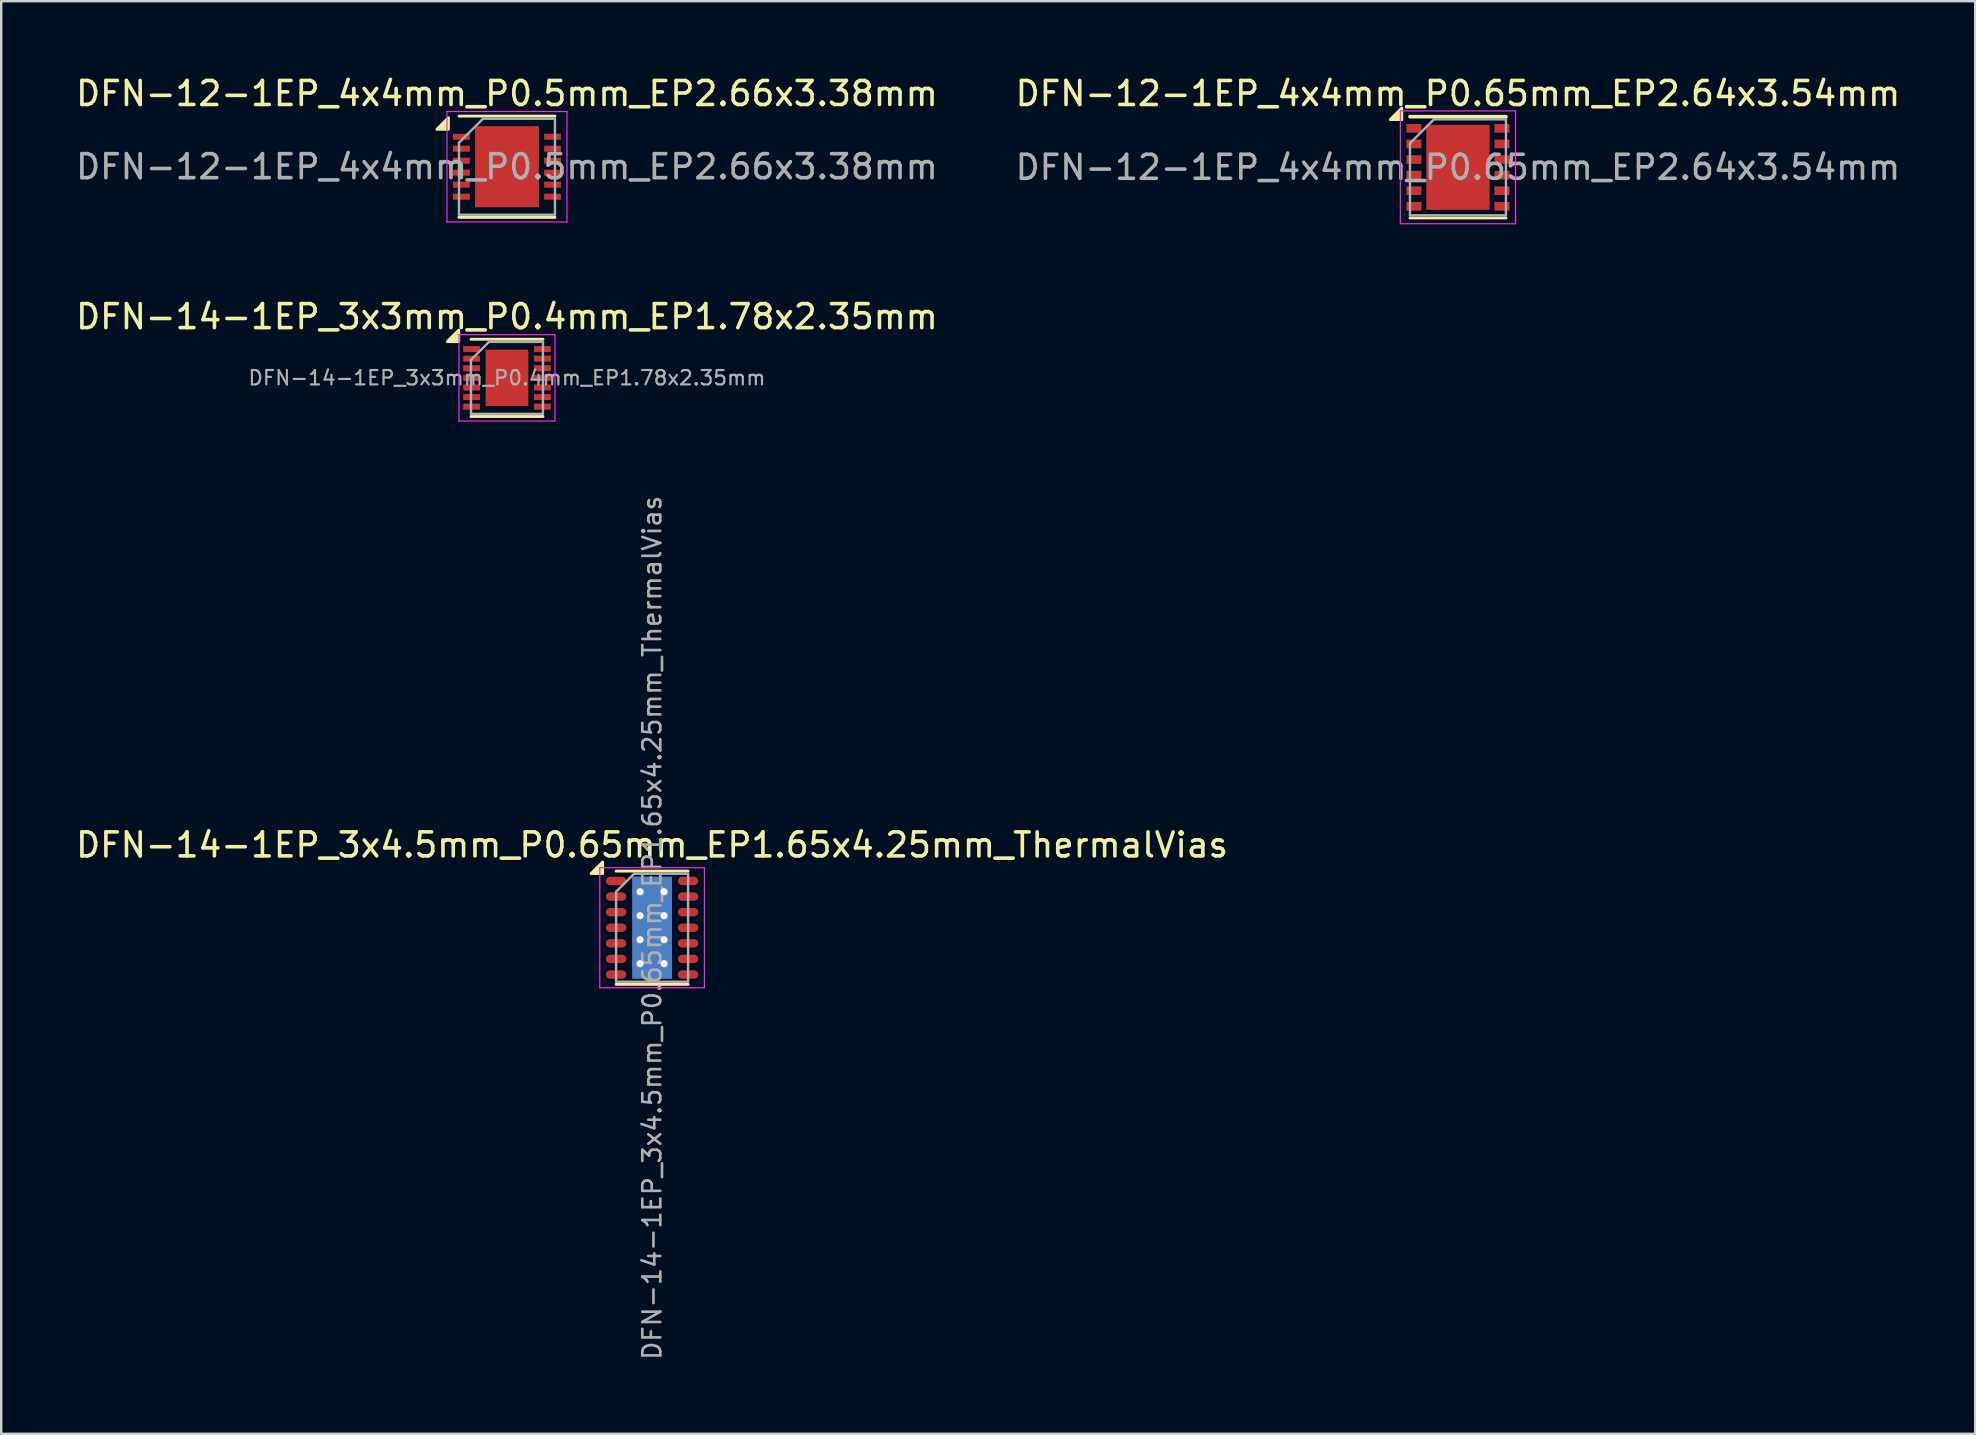
<source format=kicad_pcb>
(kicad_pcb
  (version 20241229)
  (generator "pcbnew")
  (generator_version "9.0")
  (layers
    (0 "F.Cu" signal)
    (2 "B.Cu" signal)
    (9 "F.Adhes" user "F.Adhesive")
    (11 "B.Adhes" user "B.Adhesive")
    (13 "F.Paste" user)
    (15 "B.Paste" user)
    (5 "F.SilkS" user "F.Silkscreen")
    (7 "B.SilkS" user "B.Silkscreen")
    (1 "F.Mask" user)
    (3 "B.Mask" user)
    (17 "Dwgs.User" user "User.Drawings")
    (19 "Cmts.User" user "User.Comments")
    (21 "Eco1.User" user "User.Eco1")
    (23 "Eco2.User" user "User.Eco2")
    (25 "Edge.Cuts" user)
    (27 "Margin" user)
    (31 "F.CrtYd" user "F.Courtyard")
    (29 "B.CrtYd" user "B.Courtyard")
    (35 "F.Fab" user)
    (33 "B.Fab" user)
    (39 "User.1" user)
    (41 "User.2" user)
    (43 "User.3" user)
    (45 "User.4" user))
  (footprint "DFN-14-1EP_3x3mm_P0.4mm_EP1.78x2.35mm"
    (layer "F.Cu")
    (at 18.077 12.697)
    (property "Reference" "DFN-14-1EP_3x3mm_P0.4mm_EP1.78x2.35mm" (at 0 -2.55 0) (layer "F.SilkS") (effects (font (size 1 1) (thickness 0.15))))
    (attr smd)
    (fp_line (start -1.5 -1.61) (end 1.5 -1.61) (stroke (width 0.12) (type solid)) (layer "F.SilkS"))
    (fp_line (start -1.5 1.61) (end 1.5 1.61) (stroke (width 0.12) (type solid)) (layer "F.SilkS"))
    (fp_poly (pts (xy -2.01 -1.51) (xy -2.49 -1.51) (xy -2.01 -1.99) (xy -2.01 -1.51)) (stroke (width 0.12) (type solid)) (fill yes) (layer "F.SilkS"))
    (fp_line (start -2 -1.8) (end -2 1.8) (stroke (width 0.05) (type solid)) (layer "F.CrtYd"))
    (fp_line (start -2 -1.8) (end 2 -1.8) (stroke (width 0.05) (type solid)) (layer "F.CrtYd"))
    (fp_line (start -2 1.8) (end 2 1.8) (stroke (width 0.05) (type solid)) (layer "F.CrtYd"))
    (fp_line (start 2 -1.8) (end 2 1.8) (stroke (width 0.05) (type solid)) (layer "F.CrtYd"))
    (fp_line (start -1.5 -0.75) (end -0.75 -1.5) (stroke (width 0.1) (type solid)) (layer "F.Fab"))
    (fp_line (start -1.5 1.5) (end -1.5 -0.75) (stroke (width 0.1) (type solid)) (layer "F.Fab"))
    (fp_line (start -0.75 -1.5) (end 1.5 -1.5) (stroke (width 0.1) (type solid)) (layer "F.Fab"))
    (fp_line (start 1.5 -1.5) (end 1.5 1.5) (stroke (width 0.1) (type solid)) (layer "F.Fab"))
    (fp_line (start 1.5 1.5) (end -1.5 1.5) (stroke (width 0.1) (type solid)) (layer "F.Fab"))
    (fp_text user "${REFERENCE}" (at 0 0 0) (layer "F.Fab") (effects (font (size 0.6 0.6) (thickness 0.09))))
    (pad "" smd rect (at -0.445 -0.588) (size 0.7 0.97) (layers "F.Paste"))
    (pad "" smd rect (at -0.445 0.588) (size 0.7 0.97) (layers "F.Paste"))
    (pad "" smd rect (at 0.45 -0.588) (size 0.7 0.97) (layers "F.Paste"))
    (pad "" smd rect (at 0.45 0.588) (size 0.7 0.97) (layers "F.Paste"))
    (pad "1" smd rect (at -1.475 -1.2) (size 0.7 0.25) (layers "F.Cu" "F.Mask" "F.Paste"))
    (pad "2" smd rect (at -1.475 -0.8) (size 0.7 0.25) (layers "F.Cu" "F.Mask" "F.Paste"))
    (pad "3" smd rect (at -1.475 -0.4) (size 0.7 0.25) (layers "F.Cu" "F.Mask" "F.Paste"))
    (pad "4" smd rect (at -1.475 0) (size 0.7 0.25) (layers "F.Cu" "F.Mask" "F.Paste"))
    (pad "5" smd rect (at -1.475 0.4) (size 0.7 0.25) (layers "F.Cu" "F.Mask" "F.Paste"))
    (pad "6" smd rect (at -1.475 0.8) (size 0.7 0.25) (layers "F.Cu" "F.Mask" "F.Paste"))
    (pad "7" smd rect (at -1.475 1.2) (size 0.7 0.25) (layers "F.Cu" "F.Mask" "F.Paste"))
    (pad "8" smd rect (at 1.475 1.2) (size 0.7 0.25) (layers "F.Cu" "F.Mask" "F.Paste"))
    (pad "9" smd rect (at 1.475 0.8) (size 0.7 0.25) (layers "F.Cu" "F.Mask" "F.Paste"))
    (pad "10" smd rect (at 1.475 0.4) (size 0.7 0.25) (layers "F.Cu" "F.Mask" "F.Paste"))
    (pad "11" smd rect (at 1.475 0) (size 0.7 0.25) (layers "F.Cu" "F.Mask" "F.Paste"))
    (pad "12" smd rect (at 1.475 -0.4) (size 0.7 0.25) (layers "F.Cu" "F.Mask" "F.Paste"))
    (pad "13" smd rect (at 1.475 -0.8) (size 0.7 0.25) (layers "F.Cu" "F.Mask" "F.Paste"))
    (pad "14" smd rect (at 1.475 -1.2) (size 0.7 0.25) (layers "F.Cu" "F.Mask" "F.Paste"))
    (pad "15" smd rect (at 0 0) (size 1.78 2.35) (layers "F.Cu" "F.Mask")))
  (footprint "DFN-12-1EP_4x4mm_P0.5mm_EP2.66x3.38mm"
    (layer "F.Cu")
    (at 18.077 3.898)
    (property "Reference" "DFN-12-1EP_4x4mm_P0.5mm_EP2.66x3.38mm" (at 0 -3.05 0) (layer "F.SilkS") (effects (font (size 1 1) (thickness 0.15))))
    (attr smd)
    (fp_line (start -2 -2.11) (end 2 -2.11) (stroke (width 0.12) (type solid)) (layer "F.SilkS"))
    (fp_line (start -2 2.11) (end 2 2.11) (stroke (width 0.12) (type solid)) (layer "F.SilkS"))
    (fp_poly (pts (xy -2.44 -1.56) (xy -2.92 -1.56) (xy -2.44 -2.04) (xy -2.44 -1.56)) (stroke (width 0.12) (type solid)) (fill yes) (layer "F.SilkS"))
    (fp_line (start -2.5 -2.3) (end -2.5 2.3) (stroke (width 0.05) (type solid)) (layer "F.CrtYd"))
    (fp_line (start -2.5 -2.3) (end 2.5 -2.3) (stroke (width 0.05) (type solid)) (layer "F.CrtYd"))
    (fp_line (start -2.5 2.3) (end 2.5 2.3) (stroke (width 0.05) (type solid)) (layer "F.CrtYd"))
    (fp_line (start 2.5 -2.3) (end 2.5 2.3) (stroke (width 0.05) (type solid)) (layer "F.CrtYd"))
    (fp_line (start -2 -1) (end -1 -2) (stroke (width 0.1) (type solid)) (layer "F.Fab"))
    (fp_line (start -2 2) (end -2 -1) (stroke (width 0.1) (type solid)) (layer "F.Fab"))
    (fp_line (start -1 -2) (end 2 -2) (stroke (width 0.1) (type solid)) (layer "F.Fab"))
    (fp_line (start 2 -2) (end 2 2) (stroke (width 0.1) (type solid)) (layer "F.Fab"))
    (fp_line (start 2 2) (end -2 2) (stroke (width 0.1) (type solid)) (layer "F.Fab"))
    (fp_text user "${REFERENCE}" (at 0 0 0) (layer "F.Fab") (effects (font (size 1 1) (thickness 0.15))))
    (pad "" smd rect (at -0.665 -1.268) (size 1.15 0.63) (layers "F.Paste"))
    (pad "" smd rect (at -0.665 -0.422) (size 1.15 0.63) (layers "F.Paste"))
    (pad "" smd rect (at -0.665 0.422) (size 1.15 0.63) (layers "F.Paste"))
    (pad "" smd rect (at -0.665 1.268) (size 1.15 0.63) (layers "F.Paste"))
    (pad "" smd rect (at 0.665 -1.268) (size 1.15 0.63) (layers "F.Paste"))
    (pad "" smd rect (at 0.665 -0.422) (size 1.15 0.63) (layers "F.Paste"))
    (pad "" smd rect (at 0.665 0.422) (size 1.15 0.63) (layers "F.Paste"))
    (pad "" smd rect (at 0.665 1.268) (size 1.15 0.63) (layers "F.Paste"))
    (pad "1" smd rect (at -1.9 -1.25) (size 0.7 0.25) (layers "F.Cu" "F.Mask" "F.Paste"))
    (pad "2" smd rect (at -1.9 -0.75) (size 0.7 0.25) (layers "F.Cu" "F.Mask" "F.Paste"))
    (pad "3" smd rect (at -1.9 -0.25) (size 0.7 0.25) (layers "F.Cu" "F.Mask" "F.Paste"))
    (pad "4" smd rect (at -1.9 0.25) (size 0.7 0.25) (layers "F.Cu" "F.Mask" "F.Paste"))
    (pad "5" smd rect (at -1.9 0.75) (size 0.7 0.25) (layers "F.Cu" "F.Mask" "F.Paste"))
    (pad "6" smd rect (at -1.9 1.25) (size 0.7 0.25) (layers "F.Cu" "F.Mask" "F.Paste"))
    (pad "7" smd rect (at 1.9 1.25) (size 0.7 0.25) (layers "F.Cu" "F.Mask" "F.Paste"))
    (pad "8" smd rect (at 1.9 0.75) (size 0.7 0.25) (layers "F.Cu" "F.Mask" "F.Paste"))
    (pad "9" smd rect (at 1.9 0.25) (size 0.7 0.25) (layers "F.Cu" "F.Mask" "F.Paste"))
    (pad "10" smd rect (at 1.9 -0.25) (size 0.7 0.25) (layers "F.Cu" "F.Mask" "F.Paste"))
    (pad "11" smd rect (at 1.9 -0.75) (size 0.7 0.25) (layers "F.Cu" "F.Mask" "F.Paste"))
    (pad "12" smd rect (at 1.9 -1.25) (size 0.7 0.25) (layers "F.Cu" "F.Mask" "F.Paste"))
    (pad "13" smd rect (at 0 0) (size 2.66 3.38) (layers "F.Cu" "F.Mask")))
  (footprint "DFN-14-1EP_3x4.5mm_P0.65mm_EP1.65x4.25mm_ThermalVias"
    (layer "F.Cu")
    (at 24.125 35.612)
    (property "Reference" "DFN-14-1EP_3x4.5mm_P0.65mm_EP1.65x4.25mm_ThermalVias" (at 0 -3.45 0) (layer "F.SilkS") (effects (font (size 1 1) (thickness 0.15))))
    (attr smd)
    (fp_line (start -1.5 2.36) (end 1.5 2.36) (stroke (width 0.12) (type solid)) (layer "F.SilkS"))
    (fp_line (start 1.5 -2.36) (end -1.5 -2.36) (stroke (width 0.12) (type solid)) (layer "F.SilkS"))
    (fp_poly (pts (xy -2.06 -2.26) (xy -2.54 -2.26) (xy -2.06 -2.74) (xy -2.06 -2.26)) (stroke (width 0.12) (type solid)) (fill yes) (layer "F.SilkS"))
    (fp_line (start -2.18 -2.5) (end -2.18 2.5) (stroke (width 0.05) (type solid)) (layer "F.CrtYd"))
    (fp_line (start -2.18 2.5) (end 2.18 2.5) (stroke (width 0.05) (type solid)) (layer "F.CrtYd"))
    (fp_line (start 2.18 -2.5) (end -2.18 -2.5) (stroke (width 0.05) (type solid)) (layer "F.CrtYd"))
    (fp_line (start 2.18 2.5) (end 2.18 -2.5) (stroke (width 0.05) (type solid)) (layer "F.CrtYd"))
    (fp_line (start -1.5 2.25) (end -1.5 -1.5) (stroke (width 0.1) (type solid)) (layer "F.Fab"))
    (fp_line (start -1.5 2.25) (end 1.5 2.25) (stroke (width 0.1) (type solid)) (layer "F.Fab"))
    (fp_line (start -0.75 -2.25) (end -1.5 -1.5) (stroke (width 0.1) (type solid)) (layer "F.Fab"))
    (fp_line (start 1.5 -2.25) (end -0.75 -2.25) (stroke (width 0.1) (type solid)) (layer "F.Fab"))
    (fp_line (start 1.5 2.25) (end 1.5 -2.25) (stroke (width 0.1) (type solid)) (layer "F.Fab"))
    (fp_text user "${REFERENCE}" (at 0 0 90) (layer "F.Fab") (effects (font (size 0.75 0.75) (thickness 0.11))))
    (pad "" smd rect (at 0 -1.9) (size 1.5 0.3) (layers "F.Paste"))
    (pad "" smd rect (at 0 -1.5) (size 0.5 0.5) (layers "F.Paste"))
    (pad "" smd rect (at 0 -1) (size 1.5 0.5) (layers "F.Paste"))
    (pad "" smd rect (at 0 -0.5) (size 0.5 0.5) (layers "F.Paste"))
    (pad "" smd rect (at 0 0) (size 1.5 0.5) (layers "F.Paste"))
    (pad "" smd rect (at 0 0.5) (size 0.5 0.5) (layers "F.Paste"))
    (pad "" smd rect (at 0 1) (size 1.5 0.5) (layers "F.Paste"))
    (pad "" smd rect (at 0 1.5) (size 0.5 0.5) (layers "F.Paste"))
    (pad "" smd rect (at 0 1.9) (size 1.5 0.3) (layers "F.Paste"))
    (pad "1" smd oval (at -1.5 -1.95) (size 0.85 0.35) (layers "F.Cu" "F.Mask" "F.Paste"))
    (pad "2" smd oval (at -1.5 -1.3) (size 0.85 0.35) (layers "F.Cu" "F.Mask" "F.Paste"))
    (pad "3" smd oval (at -1.5 -0.65) (size 0.85 0.35) (layers "F.Cu" "F.Mask" "F.Paste"))
    (pad "4" smd oval (at -1.5 0) (size 0.85 0.35) (layers "F.Cu" "F.Mask" "F.Paste"))
    (pad "5" smd oval (at -1.5 0.65) (size 0.85 0.35) (layers "F.Cu" "F.Mask" "F.Paste"))
    (pad "6" smd oval (at -1.5 1.3) (size 0.85 0.35) (layers "F.Cu" "F.Mask" "F.Paste"))
    (pad "7" smd oval (at -1.5 1.95) (size 0.85 0.35) (layers "F.Cu" "F.Mask" "F.Paste"))
    (pad "8" smd oval (at 1.5 1.95) (size 0.85 0.35) (layers "F.Cu" "F.Mask" "F.Paste"))
    (pad "9" smd oval (at 1.5 1.3) (size 0.85 0.35) (layers "F.Cu" "F.Mask" "F.Paste"))
    (pad "10" smd oval (at 1.5 0.65) (size 0.85 0.35) (layers "F.Cu" "F.Mask" "F.Paste"))
    (pad "11" smd oval (at 1.5 0) (size 0.85 0.35) (layers "F.Cu" "F.Mask" "F.Paste"))
    (pad "12" smd oval (at 1.5 -0.65) (size 0.85 0.35) (layers "F.Cu" "F.Mask" "F.Paste"))
    (pad "13" smd oval (at 1.5 -1.3) (size 0.85 0.35) (layers "F.Cu" "F.Mask" "F.Paste"))
    (pad "14" smd oval (at 1.5 -1.95) (size 0.85 0.35) (layers "F.Cu" "F.Mask" "F.Paste"))
    (pad "15" thru_hole circle (at -0.5 -1.5) (size 0.65 0.65) (drill 0.3) (layers "*.Cu" "*.Mask"))
    (pad "15" thru_hole circle (at -0.5 -0.5) (size 0.65 0.65) (drill 0.3) (layers "*.Cu" "*.Mask"))
    (pad "15" thru_hole circle (at -0.5 0.5) (size 0.65 0.65) (drill 0.3) (layers "*.Cu" "*.Mask"))
    (pad "15" thru_hole circle (at -0.5 1.5) (size 0.65 0.65) (drill 0.3) (layers "*.Cu" "*.Mask"))
    (pad "15" smd rect (at 0 0) (size 1.65 4.25) (layers "F.Cu" "F.Mask"))
    (pad "15" smd rect (at 0 0) (size 1.65 4.25) (layers "B.Cu" "B.Mask"))
    (pad "15" thru_hole circle (at 0.5 -1.5) (size 0.65 0.65) (drill 0.3) (layers "*.Cu" "*.Mask"))
    (pad "15" thru_hole circle (at 0.5 -0.5) (size 0.65 0.65) (drill 0.3) (layers "*.Cu" "*.Mask"))
    (pad "15" thru_hole circle (at 0.5 0.5) (size 0.65 0.65) (drill 0.3) (layers "*.Cu" "*.Mask"))
    (pad "15" thru_hole circle (at 0.5 1.5) (size 0.65 0.65) (drill 0.3) (layers "*.Cu" "*.Mask")))
  (footprint "DFN-12-1EP_4x4mm_P0.65mm_EP2.64x3.54mm"
    (layer "F.Cu")
    (at 57.708 3.923)
    (property "Reference" "DFN-12-1EP_4x4mm_P0.65mm_EP2.64x3.54mm" (at 0 -3.075 0) (layer "F.SilkS") (effects (font (size 1 1) (thickness 0.15))))
    (attr smd)
    (fp_line (start -2 -2.11) (end 2 -2.11) (stroke (width 0.15) (type solid)) (layer "F.SilkS"))
    (fp_line (start -2 2.11) (end 2 2.11) (stroke (width 0.12) (type solid)) (layer "F.SilkS"))
    (fp_poly (pts (xy -2.34 -1.99) (xy -2.82 -1.99) (xy -2.34 -2.47) (xy -2.34 -1.99)) (stroke (width 0.12) (type solid)) (fill yes) (layer "F.SilkS"))
    (fp_line (start -2.4 -2.35) (end -2.4 2.35) (stroke (width 0.05) (type solid)) (layer "F.CrtYd"))
    (fp_line (start -2.4 -2.35) (end 2.4 -2.35) (stroke (width 0.05) (type solid)) (layer "F.CrtYd"))
    (fp_line (start -2.4 2.35) (end 2.4 2.35) (stroke (width 0.05) (type solid)) (layer "F.CrtYd"))
    (fp_line (start 2.4 -2.35) (end 2.4 2.35) (stroke (width 0.05) (type solid)) (layer "F.CrtYd"))
    (fp_line (start -2 -1) (end -1 -2) (stroke (width 0.1) (type solid)) (layer "F.Fab"))
    (fp_line (start -2 2) (end -2 -1) (stroke (width 0.1) (type solid)) (layer "F.Fab"))
    (fp_line (start -1 -2) (end 2 -2) (stroke (width 0.1) (type solid)) (layer "F.Fab"))
    (fp_line (start 2 -2) (end 2 2) (stroke (width 0.1) (type solid)) (layer "F.Fab"))
    (fp_line (start 2 2) (end -2 2) (stroke (width 0.1) (type solid)) (layer "F.Fab"))
    (fp_text user "${REFERENCE}" (at 0 0 0) (layer "F.Fab") (effects (font (size 1 1) (thickness 0.15))))
    (pad "" smd rect (at -0.66 -1.327) (size 1.1 0.7) (layers "F.Paste"))
    (pad "" smd rect (at -0.66 -0.443) (size 1.1 0.7) (layers "F.Paste"))
    (pad "" smd rect (at -0.66 0.443) (size 1.1 0.7) (layers "F.Paste"))
    (pad "" smd rect (at -0.66 1.327) (size 1.1 0.7) (layers "F.Paste"))
    (pad "" smd rect (at 0.66 -1.327) (size 1.1 0.7) (layers "F.Paste"))
    (pad "" smd rect (at 0.66 -0.443) (size 1.1 0.7) (layers "F.Paste"))
    (pad "" smd rect (at 0.66 0.443) (size 1.1 0.7) (layers "F.Paste"))
    (pad "" smd rect (at 0.66 1.327) (size 1.1 0.7) (layers "F.Paste"))
    (pad "1" smd rect (at -1.835 -1.625) (size 0.63 0.36) (layers "F.Cu" "F.Mask" "F.Paste"))
    (pad "2" smd rect (at -1.835 -0.975) (size 0.63 0.36) (layers "F.Cu" "F.Mask" "F.Paste"))
    (pad "3" smd rect (at -1.835 -0.325) (size 0.63 0.36) (layers "F.Cu" "F.Mask" "F.Paste"))
    (pad "4" smd rect (at -1.835 0.325) (size 0.63 0.36) (layers "F.Cu" "F.Mask" "F.Paste"))
    (pad "5" smd rect (at -1.835 0.975) (size 0.63 0.36) (layers "F.Cu" "F.Mask" "F.Paste"))
    (pad "6" smd rect (at -1.835 1.625) (size 0.63 0.36) (layers "F.Cu" "F.Mask" "F.Paste"))
    (pad "7" smd rect (at 1.835 1.625) (size 0.63 0.36) (layers "F.Cu" "F.Mask" "F.Paste"))
    (pad "8" smd rect (at 1.835 0.975) (size 0.63 0.36) (layers "F.Cu" "F.Mask" "F.Paste"))
    (pad "9" smd rect (at 1.835 0.325) (size 0.63 0.36) (layers "F.Cu" "F.Mask" "F.Paste"))
    (pad "10" smd rect (at 1.835 -0.325) (size 0.63 0.36) (layers "F.Cu" "F.Mask" "F.Paste"))
    (pad "11" smd rect (at 1.835 -0.975) (size 0.63 0.36) (layers "F.Cu" "F.Mask" "F.Paste"))
    (pad "12" smd rect (at 1.835 -1.625) (size 0.63 0.36) (layers "F.Cu" "F.Mask" "F.Paste"))
    (pad "13" smd rect (at 0 0) (size 2.64 3.54) (layers "F.Cu" "F.Mask")))
  (gr_rect
    (start -3 -3)
    (end 79.262 56.702)
    (stroke (width 0.1) (type default))
    (fill no)
    (layer "Edge.Cuts")))
</source>
